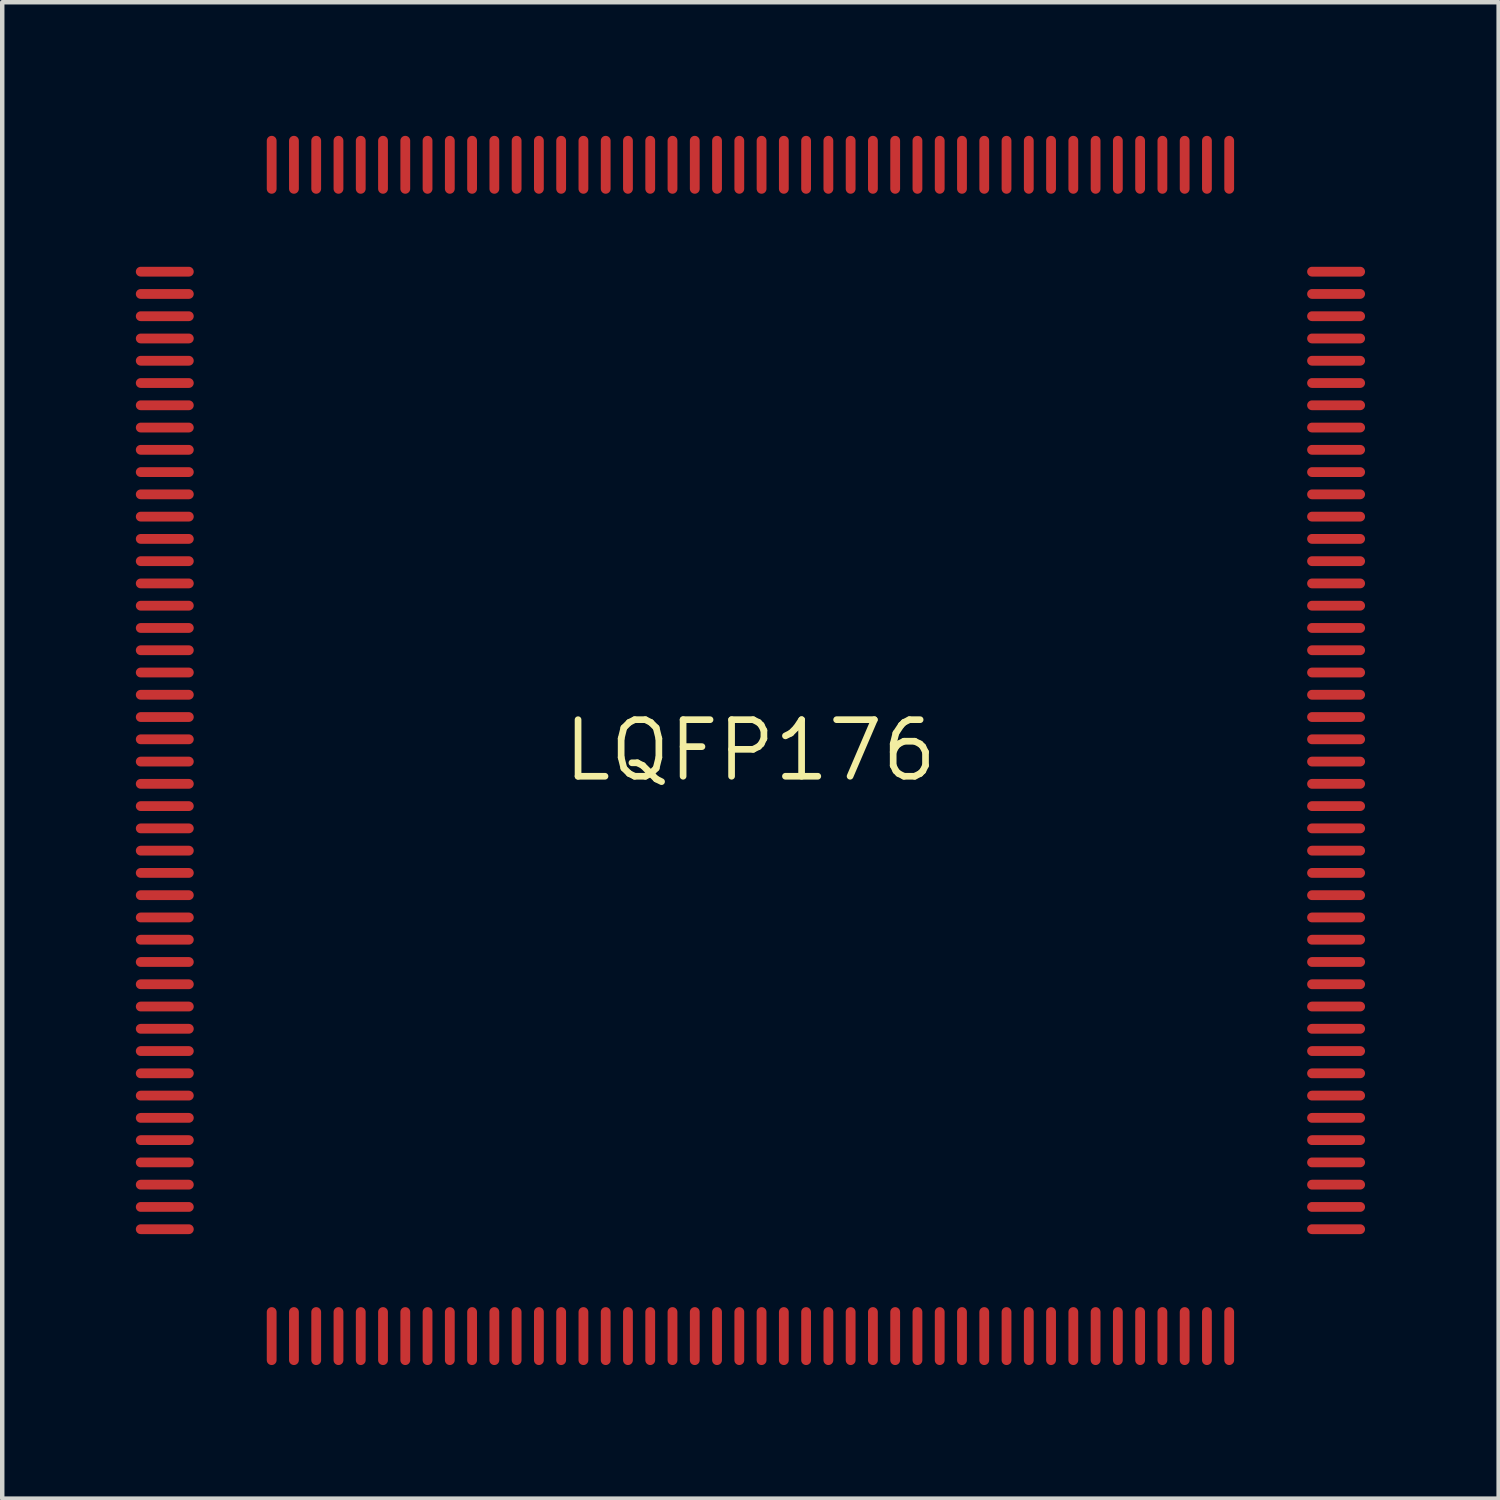
<source format=kicad_pcb>
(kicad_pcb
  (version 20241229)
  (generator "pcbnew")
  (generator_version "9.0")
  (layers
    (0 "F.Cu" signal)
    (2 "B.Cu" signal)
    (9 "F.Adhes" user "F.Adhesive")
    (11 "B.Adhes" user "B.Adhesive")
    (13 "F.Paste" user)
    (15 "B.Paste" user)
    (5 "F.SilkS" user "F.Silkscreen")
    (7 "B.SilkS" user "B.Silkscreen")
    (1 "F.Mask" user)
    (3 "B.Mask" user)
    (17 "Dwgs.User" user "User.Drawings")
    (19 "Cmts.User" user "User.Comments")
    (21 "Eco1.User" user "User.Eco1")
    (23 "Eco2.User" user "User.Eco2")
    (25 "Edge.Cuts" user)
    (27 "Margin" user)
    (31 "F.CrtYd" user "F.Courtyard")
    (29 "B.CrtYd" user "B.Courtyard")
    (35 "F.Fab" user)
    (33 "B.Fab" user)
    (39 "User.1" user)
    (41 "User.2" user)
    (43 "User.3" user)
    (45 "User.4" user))
  (footprint "LQFP176"
    (layer "F.Cu")
    (at 13.8 13.8)
    (property "Reference" "LQFP176" (at 0 0 0) (layer "F.SilkS") (effects (font (size 1.27 1.27) (thickness 0.15))))
    (attr through_hole)
    (pad "1" smd oval (at -13.15 -10.75 90) (size 0.22 1.3) (layers "F.Cu" "F.Mask"))
    (pad "2" smd oval (at -13.15 -10.25 90) (size 0.22 1.3) (layers "F.Cu" "F.Mask"))
    (pad "3" smd oval (at -13.15 -9.75 90) (size 0.22 1.3) (layers "F.Cu" "F.Mask"))
    (pad "4" smd oval (at -13.15 -9.25 90) (size 0.22 1.3) (layers "F.Cu" "F.Mask"))
    (pad "5" smd oval (at -13.15 -8.75 90) (size 0.22 1.3) (layers "F.Cu" "F.Mask"))
    (pad "6" smd oval (at -13.15 -8.25 90) (size 0.22 1.3) (layers "F.Cu" "F.Mask"))
    (pad "7" smd oval (at -13.15 -7.75 90) (size 0.22 1.3) (layers "F.Cu" "F.Mask"))
    (pad "8" smd oval (at -13.15 -7.25 90) (size 0.22 1.3) (layers "F.Cu" "F.Mask"))
    (pad "9" smd oval (at -13.15 -6.75 90) (size 0.22 1.3) (layers "F.Cu" "F.Mask"))
    (pad "10" smd oval (at -13.15 -6.25 90) (size 0.22 1.3) (layers "F.Cu" "F.Mask"))
    (pad "11" smd oval (at -13.15 -5.75 90) (size 0.22 1.3) (layers "F.Cu" "F.Mask"))
    (pad "12" smd oval (at -13.15 -5.25 90) (size 0.22 1.3) (layers "F.Cu" "F.Mask"))
    (pad "13" smd oval (at -13.15 -4.75 90) (size 0.22 1.3) (layers "F.Cu" "F.Mask"))
    (pad "14" smd oval (at -13.15 -4.25 90) (size 0.22 1.3) (layers "F.Cu" "F.Mask"))
    (pad "15" smd oval (at -13.15 -3.75 90) (size 0.22 1.3) (layers "F.Cu" "F.Mask"))
    (pad "16" smd oval (at -13.15 -3.25 90) (size 0.22 1.3) (layers "F.Cu" "F.Mask"))
    (pad "17" smd oval (at -13.15 -2.75 90) (size 0.22 1.3) (layers "F.Cu" "F.Mask"))
    (pad "18" smd oval (at -13.15 -2.25 90) (size 0.22 1.3) (layers "F.Cu" "F.Mask"))
    (pad "19" smd oval (at -13.15 -1.75 90) (size 0.22 1.3) (layers "F.Cu" "F.Mask"))
    (pad "20" smd oval (at -13.15 -1.25 90) (size 0.22 1.3) (layers "F.Cu" "F.Mask"))
    (pad "21" smd oval (at -13.15 -0.75 90) (size 0.22 1.3) (layers "F.Cu" "F.Mask"))
    (pad "22" smd oval (at -13.15 -0.25 90) (size 0.22 1.3) (layers "F.Cu" "F.Mask"))
    (pad "23" smd oval (at -13.15 0.25 90) (size 0.22 1.3) (layers "F.Cu" "F.Mask"))
    (pad "24" smd oval (at -13.15 0.75 90) (size 0.22 1.3) (layers "F.Cu" "F.Mask"))
    (pad "25" smd oval (at -13.15 1.25 90) (size 0.22 1.3) (layers "F.Cu" "F.Mask"))
    (pad "26" smd oval (at -13.15 1.75 90) (size 0.22 1.3) (layers "F.Cu" "F.Mask"))
    (pad "27" smd oval (at -13.15 2.25 90) (size 0.22 1.3) (layers "F.Cu" "F.Mask"))
    (pad "28" smd oval (at -13.15 2.75 90) (size 0.22 1.3) (layers "F.Cu" "F.Mask"))
    (pad "29" smd oval (at -13.15 3.25 90) (size 0.22 1.3) (layers "F.Cu" "F.Mask"))
    (pad "30" smd oval (at -13.15 3.75 90) (size 0.22 1.3) (layers "F.Cu" "F.Mask"))
    (pad "31" smd oval (at -13.15 4.25 90) (size 0.22 1.3) (layers "F.Cu" "F.Mask"))
    (pad "32" smd oval (at -13.15 4.75 90) (size 0.22 1.3) (layers "F.Cu" "F.Mask"))
    (pad "33" smd oval (at -13.15 5.25 90) (size 0.22 1.3) (layers "F.Cu" "F.Mask"))
    (pad "34" smd oval (at -13.15 5.75 90) (size 0.22 1.3) (layers "F.Cu" "F.Mask"))
    (pad "35" smd oval (at -13.15 6.25 90) (size 0.22 1.3) (layers "F.Cu" "F.Mask"))
    (pad "36" smd oval (at -13.15 6.75 90) (size 0.22 1.3) (layers "F.Cu" "F.Mask"))
    (pad "37" smd oval (at -13.15 7.25 90) (size 0.22 1.3) (layers "F.Cu" "F.Mask"))
    (pad "38" smd oval (at -13.15 7.75 90) (size 0.22 1.3) (layers "F.Cu" "F.Mask"))
    (pad "39" smd oval (at -13.15 8.25 90) (size 0.22 1.3) (layers "F.Cu" "F.Mask"))
    (pad "40" smd oval (at -13.15 8.75 90) (size 0.22 1.3) (layers "F.Cu" "F.Mask"))
    (pad "41" smd oval (at -13.15 9.25 90) (size 0.22 1.3) (layers "F.Cu" "F.Mask"))
    (pad "42" smd oval (at -13.15 9.75 90) (size 0.22 1.3) (layers "F.Cu" "F.Mask"))
    (pad "43" smd oval (at -13.15 10.25 90) (size 0.22 1.3) (layers "F.Cu" "F.Mask"))
    (pad "44" smd oval (at -13.15 10.75 90) (size 0.22 1.3) (layers "F.Cu" "F.Mask"))
    (pad "45" smd oval (at -10.75 13.15) (size 0.22 1.3) (layers "F.Cu" "F.Mask"))
    (pad "46" smd oval (at -10.25 13.15) (size 0.22 1.3) (layers "F.Cu" "F.Mask"))
    (pad "47" smd oval (at -9.75 13.15) (size 0.22 1.3) (layers "F.Cu" "F.Mask"))
    (pad "48" smd oval (at -9.25 13.15) (size 0.22 1.3) (layers "F.Cu" "F.Mask"))
    (pad "49" smd oval (at -8.75 13.15) (size 0.22 1.3) (layers "F.Cu" "F.Mask"))
    (pad "50" smd oval (at -8.25 13.15) (size 0.22 1.3) (layers "F.Cu" "F.Mask"))
    (pad "51" smd oval (at -7.75 13.15) (size 0.22 1.3) (layers "F.Cu" "F.Mask"))
    (pad "52" smd oval (at -7.25 13.15) (size 0.22 1.3) (layers "F.Cu" "F.Mask"))
    (pad "53" smd oval (at -6.75 13.15) (size 0.22 1.3) (layers "F.Cu" "F.Mask"))
    (pad "54" smd oval (at -6.25 13.15) (size 0.22 1.3) (layers "F.Cu" "F.Mask"))
    (pad "55" smd oval (at -5.75 13.15) (size 0.22 1.3) (layers "F.Cu" "F.Mask"))
    (pad "56" smd oval (at -5.25 13.15) (size 0.22 1.3) (layers "F.Cu" "F.Mask"))
    (pad "57" smd oval (at -4.75 13.15) (size 0.22 1.3) (layers "F.Cu" "F.Mask"))
    (pad "58" smd oval (at -4.25 13.15) (size 0.22 1.3) (layers "F.Cu" "F.Mask"))
    (pad "59" smd oval (at -3.75 13.15) (size 0.22 1.3) (layers "F.Cu" "F.Mask"))
    (pad "60" smd oval (at -3.25 13.15) (size 0.22 1.3) (layers "F.Cu" "F.Mask"))
    (pad "61" smd oval (at -2.75 13.15) (size 0.22 1.3) (layers "F.Cu" "F.Mask"))
    (pad "62" smd oval (at -2.25 13.15) (size 0.22 1.3) (layers "F.Cu" "F.Mask"))
    (pad "63" smd oval (at -1.75 13.15) (size 0.22 1.3) (layers "F.Cu" "F.Mask"))
    (pad "64" smd oval (at -1.25 13.15) (size 0.22 1.3) (layers "F.Cu" "F.Mask"))
    (pad "65" smd oval (at -0.75 13.15) (size 0.22 1.3) (layers "F.Cu" "F.Mask"))
    (pad "66" smd oval (at -0.25 13.15) (size 0.22 1.3) (layers "F.Cu" "F.Mask"))
    (pad "67" smd oval (at 0.25 13.15) (size 0.22 1.3) (layers "F.Cu" "F.Mask"))
    (pad "68" smd oval (at 0.75 13.15) (size 0.22 1.3) (layers "F.Cu" "F.Mask"))
    (pad "69" smd oval (at 1.25 13.15) (size 0.22 1.3) (layers "F.Cu" "F.Mask"))
    (pad "70" smd oval (at 1.75 13.15) (size 0.22 1.3) (layers "F.Cu" "F.Mask"))
    (pad "71" smd oval (at 2.25 13.15) (size 0.22 1.3) (layers "F.Cu" "F.Mask"))
    (pad "72" smd oval (at 2.75 13.15) (size 0.22 1.3) (layers "F.Cu" "F.Mask"))
    (pad "73" smd oval (at 3.25 13.15) (size 0.22 1.3) (layers "F.Cu" "F.Mask"))
    (pad "74" smd oval (at 3.75 13.15) (size 0.22 1.3) (layers "F.Cu" "F.Mask"))
    (pad "75" smd oval (at 4.25 13.15) (size 0.22 1.3) (layers "F.Cu" "F.Mask"))
    (pad "76" smd oval (at 4.75 13.15) (size 0.22 1.3) (layers "F.Cu" "F.Mask"))
    (pad "77" smd oval (at 5.25 13.15) (size 0.22 1.3) (layers "F.Cu" "F.Mask"))
    (pad "78" smd oval (at 5.75 13.15) (size 0.22 1.3) (layers "F.Cu" "F.Mask"))
    (pad "79" smd oval (at 6.25 13.15) (size 0.22 1.3) (layers "F.Cu" "F.Mask"))
    (pad "80" smd oval (at 6.75 13.15) (size 0.22 1.3) (layers "F.Cu" "F.Mask"))
    (pad "81" smd oval (at 7.25 13.15) (size 0.22 1.3) (layers "F.Cu" "F.Mask"))
    (pad "82" smd oval (at 7.75 13.15) (size 0.22 1.3) (layers "F.Cu" "F.Mask"))
    (pad "83" smd oval (at 8.25 13.15) (size 0.22 1.3) (layers "F.Cu" "F.Mask"))
    (pad "84" smd oval (at 8.75 13.15) (size 0.22 1.3) (layers "F.Cu" "F.Mask"))
    (pad "85" smd oval (at 9.25 13.15) (size 0.22 1.3) (layers "F.Cu" "F.Mask"))
    (pad "86" smd oval (at 9.75 13.15) (size 0.22 1.3) (layers "F.Cu" "F.Mask"))
    (pad "87" smd oval (at 10.25 13.15) (size 0.22 1.3) (layers "F.Cu" "F.Mask"))
    (pad "88" smd oval (at 10.75 13.15) (size 0.22 1.3) (layers "F.Cu" "F.Mask"))
    (pad "89" smd oval (at 13.15 10.75 90) (size 0.22 1.3) (layers "F.Cu" "F.Mask"))
    (pad "90" smd oval (at 13.15 10.25 90) (size 0.22 1.3) (layers "F.Cu" "F.Mask"))
    (pad "91" smd oval (at 13.15 9.75 90) (size 0.22 1.3) (layers "F.Cu" "F.Mask"))
    (pad "92" smd oval (at 13.15 9.25 90) (size 0.22 1.3) (layers "F.Cu" "F.Mask"))
    (pad "93" smd oval (at 13.15 8.75 90) (size 0.22 1.3) (layers "F.Cu" "F.Mask"))
    (pad "94" smd oval (at 13.15 8.25 90) (size 0.22 1.3) (layers "F.Cu" "F.Mask"))
    (pad "95" smd oval (at 13.15 7.75 90) (size 0.22 1.3) (layers "F.Cu" "F.Mask"))
    (pad "96" smd oval (at 13.15 7.25 90) (size 0.22 1.3) (layers "F.Cu" "F.Mask"))
    (pad "97" smd oval (at 13.15 6.75 90) (size 0.22 1.3) (layers "F.Cu" "F.Mask"))
    (pad "98" smd oval (at 13.15 6.25 90) (size 0.22 1.3) (layers "F.Cu" "F.Mask"))
    (pad "99" smd oval (at 13.15 5.75 90) (size 0.22 1.3) (layers "F.Cu" "F.Mask"))
    (pad "100" smd oval (at 13.15 5.25 90) (size 0.22 1.3) (layers "F.Cu" "F.Mask"))
    (pad "101" smd oval (at 13.15 4.75 90) (size 0.22 1.3) (layers "F.Cu" "F.Mask"))
    (pad "102" smd oval (at 13.15 4.25 90) (size 0.22 1.3) (layers "F.Cu" "F.Mask"))
    (pad "103" smd oval (at 13.15 3.75 90) (size 0.22 1.3) (layers "F.Cu" "F.Mask"))
    (pad "104" smd oval (at 13.15 3.25 90) (size 0.22 1.3) (layers "F.Cu" "F.Mask"))
    (pad "105" smd oval (at 13.15 2.75 90) (size 0.22 1.3) (layers "F.Cu" "F.Mask"))
    (pad "106" smd oval (at 13.15 2.25 90) (size 0.22 1.3) (layers "F.Cu" "F.Mask"))
    (pad "107" smd oval (at 13.15 1.75 90) (size 0.22 1.3) (layers "F.Cu" "F.Mask"))
    (pad "108" smd oval (at 13.15 1.25 90) (size 0.22 1.3) (layers "F.Cu" "F.Mask"))
    (pad "109" smd oval (at 13.15 0.75 90) (size 0.22 1.3) (layers "F.Cu" "F.Mask"))
    (pad "110" smd oval (at 13.15 0.25 90) (size 0.22 1.3) (layers "F.Cu" "F.Mask"))
    (pad "111" smd oval (at 13.15 -0.25 90) (size 0.22 1.3) (layers "F.Cu" "F.Mask"))
    (pad "112" smd oval (at 13.15 -0.75 90) (size 0.22 1.3) (layers "F.Cu" "F.Mask"))
    (pad "113" smd oval (at 13.15 -1.25 90) (size 0.22 1.3) (layers "F.Cu" "F.Mask"))
    (pad "114" smd oval (at 13.15 -1.75 90) (size 0.22 1.3) (layers "F.Cu" "F.Mask"))
    (pad "115" smd oval (at 13.15 -2.25 90) (size 0.22 1.3) (layers "F.Cu" "F.Mask"))
    (pad "116" smd oval (at 13.15 -2.75 90) (size 0.22 1.3) (layers "F.Cu" "F.Mask"))
    (pad "117" smd oval (at 13.15 -3.25 90) (size 0.22 1.3) (layers "F.Cu" "F.Mask"))
    (pad "118" smd oval (at 13.15 -3.75 90) (size 0.22 1.3) (layers "F.Cu" "F.Mask"))
    (pad "119" smd oval (at 13.15 -4.25 90) (size 0.22 1.3) (layers "F.Cu" "F.Mask"))
    (pad "120" smd oval (at 13.15 -4.75 90) (size 0.22 1.3) (layers "F.Cu" "F.Mask"))
    (pad "121" smd oval (at 13.15 -5.25 90) (size 0.22 1.3) (layers "F.Cu" "F.Mask"))
    (pad "122" smd oval (at 13.15 -5.75 90) (size 0.22 1.3) (layers "F.Cu" "F.Mask"))
    (pad "123" smd oval (at 13.15 -6.25 90) (size 0.22 1.3) (layers "F.Cu" "F.Mask"))
    (pad "124" smd oval (at 13.15 -6.75 90) (size 0.22 1.3) (layers "F.Cu" "F.Mask"))
    (pad "125" smd oval (at 13.15 -7.25 90) (size 0.22 1.3) (layers "F.Cu" "F.Mask"))
    (pad "126" smd oval (at 13.15 -7.75 90) (size 0.22 1.3) (layers "F.Cu" "F.Mask"))
    (pad "127" smd oval (at 13.15 -8.25 90) (size 0.22 1.3) (layers "F.Cu" "F.Mask"))
    (pad "128" smd oval (at 13.15 -8.75 90) (size 0.22 1.3) (layers "F.Cu" "F.Mask"))
    (pad "129" smd oval (at 13.15 -9.25 90) (size 0.22 1.3) (layers "F.Cu" "F.Mask"))
    (pad "130" smd oval (at 13.15 -9.75 90) (size 0.22 1.3) (layers "F.Cu" "F.Mask"))
    (pad "131" smd oval (at 13.15 -10.25 90) (size 0.22 1.3) (layers "F.Cu" "F.Mask"))
    (pad "132" smd oval (at 13.15 -10.75 90) (size 0.22 1.3) (layers "F.Cu" "F.Mask"))
    (pad "133" smd oval (at 10.75 -13.15) (size 0.22 1.3) (layers "F.Cu" "F.Mask"))
    (pad "134" smd oval (at 10.25 -13.15) (size 0.22 1.3) (layers "F.Cu" "F.Mask"))
    (pad "135" smd oval (at 9.75 -13.15) (size 0.22 1.3) (layers "F.Cu" "F.Mask"))
    (pad "136" smd oval (at 9.25 -13.15) (size 0.22 1.3) (layers "F.Cu" "F.Mask"))
    (pad "137" smd oval (at 8.75 -13.15) (size 0.22 1.3) (layers "F.Cu" "F.Mask"))
    (pad "138" smd oval (at 8.25 -13.15) (size 0.22 1.3) (layers "F.Cu" "F.Mask"))
    (pad "139" smd oval (at 7.75 -13.15) (size 0.22 1.3) (layers "F.Cu" "F.Mask"))
    (pad "140" smd oval (at 7.25 -13.15) (size 0.22 1.3) (layers "F.Cu" "F.Mask"))
    (pad "141" smd oval (at 6.75 -13.15) (size 0.22 1.3) (layers "F.Cu" "F.Mask"))
    (pad "142" smd oval (at 6.25 -13.15) (size 0.22 1.3) (layers "F.Cu" "F.Mask"))
    (pad "143" smd oval (at 5.75 -13.15) (size 0.22 1.3) (layers "F.Cu" "F.Mask"))
    (pad "144" smd oval (at 5.25 -13.15) (size 0.22 1.3) (layers "F.Cu" "F.Mask"))
    (pad "145" smd oval (at 4.75 -13.15) (size 0.22 1.3) (layers "F.Cu" "F.Mask"))
    (pad "146" smd oval (at 4.25 -13.15) (size 0.22 1.3) (layers "F.Cu" "F.Mask"))
    (pad "147" smd oval (at 3.75 -13.15) (size 0.22 1.3) (layers "F.Cu" "F.Mask"))
    (pad "148" smd oval (at 3.25 -13.15) (size 0.22 1.3) (layers "F.Cu" "F.Mask"))
    (pad "149" smd oval (at 2.75 -13.15) (size 0.22 1.3) (layers "F.Cu" "F.Mask"))
    (pad "150" smd oval (at 2.25 -13.15) (size 0.22 1.3) (layers "F.Cu" "F.Mask"))
    (pad "151" smd oval (at 1.75 -13.15) (size 0.22 1.3) (layers "F.Cu" "F.Mask"))
    (pad "152" smd oval (at 1.25 -13.15) (size 0.22 1.3) (layers "F.Cu" "F.Mask"))
    (pad "153" smd oval (at 0.75 -13.15) (size 0.22 1.3) (layers "F.Cu" "F.Mask"))
    (pad "154" smd oval (at 0.25 -13.15) (size 0.22 1.3) (layers "F.Cu" "F.Mask"))
    (pad "155" smd oval (at -0.25 -13.15) (size 0.22 1.3) (layers "F.Cu" "F.Mask"))
    (pad "156" smd oval (at -0.75 -13.15) (size 0.22 1.3) (layers "F.Cu" "F.Mask"))
    (pad "157" smd oval (at -1.25 -13.15) (size 0.22 1.3) (layers "F.Cu" "F.Mask"))
    (pad "158" smd oval (at -1.75 -13.15) (size 0.22 1.3) (layers "F.Cu" "F.Mask"))
    (pad "159" smd oval (at -2.25 -13.15) (size 0.22 1.3) (layers "F.Cu" "F.Mask"))
    (pad "160" smd oval (at -2.75 -13.15) (size 0.22 1.3) (layers "F.Cu" "F.Mask"))
    (pad "161" smd oval (at -3.25 -13.15) (size 0.22 1.3) (layers "F.Cu" "F.Mask"))
    (pad "162" smd oval (at -3.75 -13.15) (size 0.22 1.3) (layers "F.Cu" "F.Mask"))
    (pad "163" smd oval (at -4.25 -13.15) (size 0.22 1.3) (layers "F.Cu" "F.Mask"))
    (pad "164" smd oval (at -4.75 -13.15) (size 0.22 1.3) (layers "F.Cu" "F.Mask"))
    (pad "165" smd oval (at -5.25 -13.15) (size 0.22 1.3) (layers "F.Cu" "F.Mask"))
    (pad "166" smd oval (at -5.75 -13.15) (size 0.22 1.3) (layers "F.Cu" "F.Mask"))
    (pad "167" smd oval (at -6.25 -13.15) (size 0.22 1.3) (layers "F.Cu" "F.Mask"))
    (pad "168" smd oval (at -6.75 -13.15) (size 0.22 1.3) (layers "F.Cu" "F.Mask"))
    (pad "169" smd oval (at -7.25 -13.15) (size 0.22 1.3) (layers "F.Cu" "F.Mask"))
    (pad "170" smd oval (at -7.75 -13.15) (size 0.22 1.3) (layers "F.Cu" "F.Mask"))
    (pad "171" smd oval (at -8.25 -13.15) (size 0.22 1.3) (layers "F.Cu" "F.Mask"))
    (pad "172" smd oval (at -8.75 -13.15) (size 0.22 1.3) (layers "F.Cu" "F.Mask"))
    (pad "173" smd oval (at -9.25 -13.15) (size 0.22 1.3) (layers "F.Cu" "F.Mask"))
    (pad "174" smd oval (at -9.75 -13.15) (size 0.22 1.3) (layers "F.Cu" "F.Mask"))
    (pad "175" smd oval (at -10.25 -13.15) (size 0.22 1.3) (layers "F.Cu" "F.Mask"))
    (pad "176" smd oval (at -10.75 -13.15) (size 0.22 1.3) (layers "F.Cu" "F.Mask")))
  (gr_rect
    (start -3 -3)
    (end 30.6 30.6)
    (stroke (width 0.1) (type default))
    (fill no)
    (layer "Edge.Cuts")))
</source>
